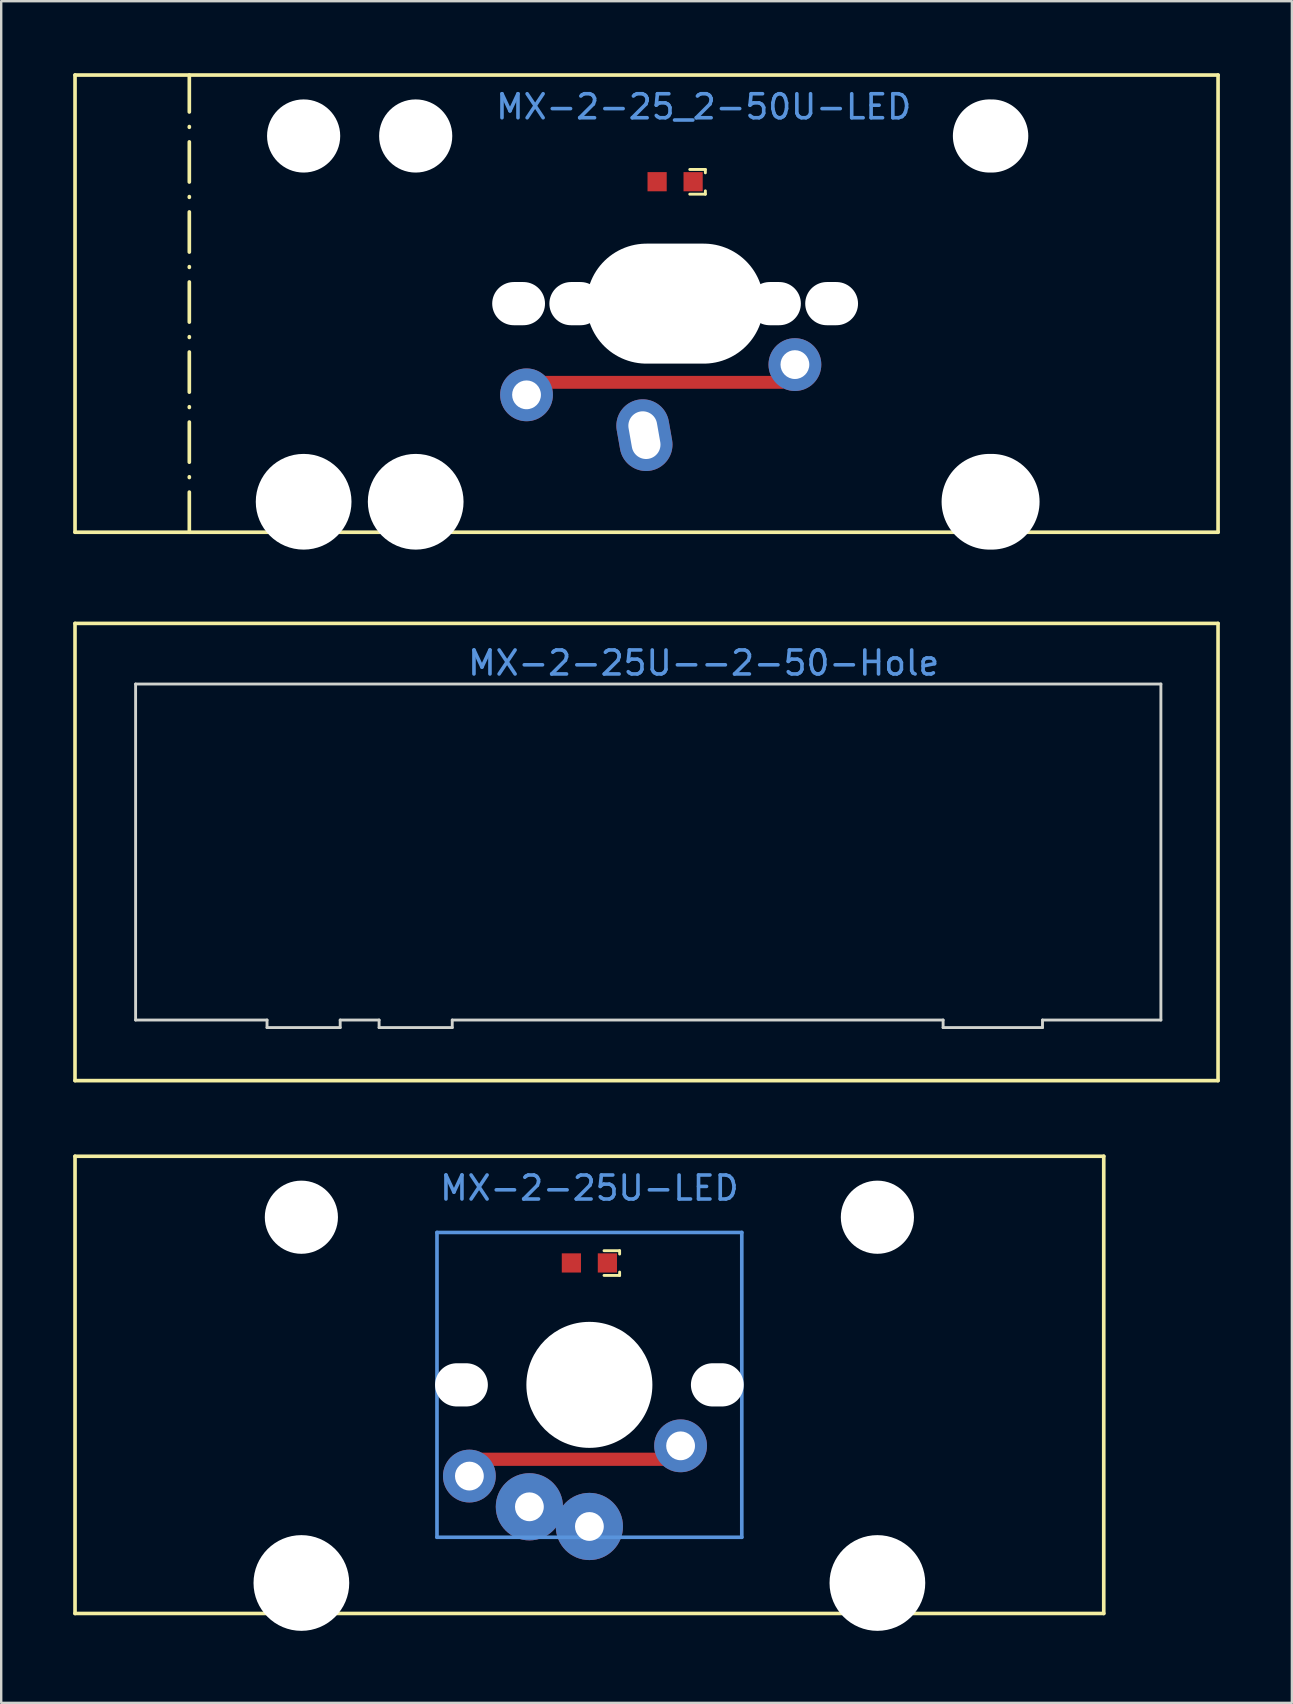
<source format=kicad_pcb>
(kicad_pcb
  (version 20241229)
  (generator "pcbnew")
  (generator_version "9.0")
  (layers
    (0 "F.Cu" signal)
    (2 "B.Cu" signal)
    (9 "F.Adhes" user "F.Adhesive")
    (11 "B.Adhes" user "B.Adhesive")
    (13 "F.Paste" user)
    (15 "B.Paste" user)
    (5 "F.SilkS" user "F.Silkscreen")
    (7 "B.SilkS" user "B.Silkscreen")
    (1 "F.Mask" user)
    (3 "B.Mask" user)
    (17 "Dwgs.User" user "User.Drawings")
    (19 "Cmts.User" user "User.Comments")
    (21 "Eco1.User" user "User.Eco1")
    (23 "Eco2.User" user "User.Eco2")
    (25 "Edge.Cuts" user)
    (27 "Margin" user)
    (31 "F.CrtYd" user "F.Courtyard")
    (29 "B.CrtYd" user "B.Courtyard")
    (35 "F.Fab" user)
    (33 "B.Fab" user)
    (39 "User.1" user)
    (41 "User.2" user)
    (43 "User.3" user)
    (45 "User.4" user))
  (footprint "MX-2-25U-LED"
    (layer "F.Cu")
    (at 21.507 49.571)
    (property "Reference" "MX-2-25U-LED" (at 0 -3.12 0) (layer "Cmts.User") (effects (font (size 1 1) (thickness 0.15))))
    (fp_line (start -21.431 -4.445) (end 21.431 -4.445) (stroke (width 0.152) (type solid)) (layer "F.SilkS"))
    (fp_line (start -21.431 14.605) (end -21.431 -4.445) (stroke (width 0.152) (type solid)) (layer "F.SilkS"))
    (fp_line (start 0.61 -0.51) (end 1.26 -0.51) (stroke (width 0.12) (type solid)) (layer "F.SilkS"))
    (fp_line (start 0.61 0.52) (end 1.26 0.52) (stroke (width 0.12) (type solid)) (layer "F.SilkS"))
    (fp_line (start 1.26 -0.51) (end 1.26 -0.37) (stroke (width 0.12) (type solid)) (layer "F.SilkS"))
    (fp_line (start 1.26 0.52) (end 1.26 0.38) (stroke (width 0.12) (type solid)) (layer "F.SilkS"))
    (fp_line (start 21.431 -4.445) (end 21.431 14.605) (stroke (width 0.152) (type solid)) (layer "F.SilkS"))
    (fp_line (start 21.431 14.605) (end -21.431 14.605) (stroke (width 0.152) (type solid)) (layer "F.SilkS"))
    (fp_line (start -6.35 -1.27) (end 6.35 -1.27) (stroke (width 0.152) (type solid)) (layer "Cmts.User"))
    (fp_line (start -6.35 11.43) (end -6.35 -1.27) (stroke (width 0.152) (type solid)) (layer "Cmts.User"))
    (fp_line (start 6.35 -1.27) (end 6.35 11.43) (stroke (width 0.152) (type solid)) (layer "Cmts.User"))
    (fp_line (start 6.35 11.43) (end -6.35 11.43) (stroke (width 0.152) (type solid)) (layer "Cmts.User"))
    (fp_line (start -7.798 -0.925) (end -6.985 -0.925) (stroke (width 0.152) (type solid)) (layer "Eco2.User"))
    (fp_line (start -7.798 2.576) (end -7.798 -0.925) (stroke (width 0.152) (type solid)) (layer "Eco2.User"))
    (fp_line (start -7.798 7.584) (end -6.985 7.584) (stroke (width 0.152) (type solid)) (layer "Eco2.User"))
    (fp_line (start -7.798 11.085) (end -7.798 7.584) (stroke (width 0.152) (type solid)) (layer "Eco2.User"))
    (fp_line (start -6.985 -1.905) (end 6.985 -1.905) (stroke (width 0.152) (type solid)) (layer "Eco2.User"))
    (fp_line (start -6.985 -0.925) (end -6.985 -1.905) (stroke (width 0.152) (type solid)) (layer "Eco2.User"))
    (fp_line (start -6.985 2.576) (end -7.798 2.576) (stroke (width 0.152) (type solid)) (layer "Eco2.User"))
    (fp_line (start -6.985 7.584) (end -6.985 2.576) (stroke (width 0.152) (type solid)) (layer "Eco2.User"))
    (fp_line (start -6.985 11.085) (end -7.798 11.085) (stroke (width 0.152) (type solid)) (layer "Eco2.User"))
    (fp_line (start -6.985 12.065) (end -6.985 11.085) (stroke (width 0.152) (type solid)) (layer "Eco2.User"))
    (fp_line (start 6.985 -1.905) (end 6.985 -0.925) (stroke (width 0.152) (type solid)) (layer "Eco2.User"))
    (fp_line (start 6.985 -0.925) (end 7.798 -0.925) (stroke (width 0.152) (type solid)) (layer "Eco2.User"))
    (fp_line (start 6.985 2.576) (end 6.985 7.584) (stroke (width 0.152) (type solid)) (layer "Eco2.User"))
    (fp_line (start 6.985 7.584) (end 7.798 7.584) (stroke (width 0.152) (type solid)) (layer "Eco2.User"))
    (fp_line (start 6.985 11.085) (end 6.985 12.065) (stroke (width 0.152) (type solid)) (layer "Eco2.User"))
    (fp_line (start 6.985 12.065) (end -6.985 12.065) (stroke (width 0.152) (type solid)) (layer "Eco2.User"))
    (fp_line (start 7.798 -0.925) (end 7.798 2.576) (stroke (width 0.152) (type solid)) (layer "Eco2.User"))
    (fp_line (start 7.798 2.576) (end 6.985 2.576) (stroke (width 0.152) (type solid)) (layer "Eco2.User"))
    (fp_line (start 7.798 7.584) (end 7.798 11.085) (stroke (width 0.152) (type solid)) (layer "Eco2.User"))
    (fp_line (start 7.798 11.085) (end 6.985 11.085) (stroke (width 0.152) (type solid)) (layer "Eco2.User"))
    (pad "" np_thru_hole circle (at -12 -1.905 180) (size 3.048 3.048) (drill 3.048) (layers "*.Cu" "*.Mask"))
    (pad "" np_thru_hole circle (at -12 13.335 180) (size 3.988 3.988) (drill 3.988) (layers "*.Cu" "*.Mask"))
    (pad "" np_thru_hole oval (at -5.33 5.08 270) (size 1.8 2.2) (drill oval 1.8 2.2) (layers "*.Cu" "*.Mask"))
    (pad "" np_thru_hole circle (at 0 5.08 180) (size 5.25 5.25) (drill 5.25) (layers "*.Cu" "*.Mask"))
    (pad "" np_thru_hole oval (at 5.33 5.08 270) (size 1.8 2.2) (drill oval 1.8 2.2) (layers "*.Cu" "*.Mask"))
    (pad "" np_thru_hole circle (at 12 -1.905 180) (size 3.048 3.048) (drill 3.048) (layers "*.Cu" "*.Mask"))
    (pad "" np_thru_hole circle (at 12 13.335 180) (size 3.988 3.988) (drill 3.988) (layers "*.Cu" "*.Mask"))
    (pad "1" thru_hole circle (at -2.5 10.16) (size 2.8 2.8) (drill oval 1.2) (layers "*.Cu" "*.Mask"))
    (pad "1" thru_hole circle (at 0 10.98 90) (size 2.8 2.8) (drill 1.2) (layers "*.Cu" "*.Mask"))
    (pad "2" thru_hole circle (at -5 8.88 270) (size 2.2 2.2) (drill 1.2) (layers "*.Cu" "*.Mask"))
    (pad "2" smd rect (at -0.67 8.18) (size 7.64 0.55) (layers "F.Cu" "F.Mask" "F.Paste"))
    (pad "2" thru_hole circle (at 3.8 7.62 225) (size 2.2 2.2) (drill 1.2) (layers "*.Cu" "*.Mask"))
    (pad "3" smd rect (at 0.75 0 90) (size 0.8 0.8) (layers "F.Cu" "F.Mask" "F.Paste"))
    (pad "4" smd rect (at -0.75 0 90) (size 0.8 0.8) (layers "F.Cu" "F.Mask" "F.Paste")))
  (footprint "MX-2-25_2-50U-LED"
    (layer "F.Cu")
    (at 25.079 4.521)
    (property "Reference" "MX-2-25_2-50U-LED" (at 1.191 -3.12 0) (layer "Cmts.User") (effects (font (size 1 1) (thickness 0.15))))
    (fp_line (start -25.003 -4.445) (end 22.622 -4.445) (stroke (width 0.152) (type solid)) (layer "F.SilkS"))
    (fp_line (start -25.003 14.605) (end -25.003 -4.445) (stroke (width 0.152) (type solid)) (layer "F.SilkS"))
    (fp_line (start -20.241 14.605) (end -20.241 -4.445) (stroke (width 0.152) (type dash_dot)) (layer "F.SilkS"))
    (fp_line (start 0.61 -0.51) (end 1.26 -0.51) (stroke (width 0.12) (type solid)) (layer "F.SilkS"))
    (fp_line (start 0.61 0.52) (end 1.26 0.52) (stroke (width 0.12) (type solid)) (layer "F.SilkS"))
    (fp_line (start 1.26 -0.51) (end 1.26 -0.37) (stroke (width 0.12) (type solid)) (layer "F.SilkS"))
    (fp_line (start 1.26 0.52) (end 1.26 0.38) (stroke (width 0.12) (type solid)) (layer "F.SilkS"))
    (fp_line (start 22.622 -4.445) (end 22.622 14.605) (stroke (width 0.152) (type solid)) (layer "F.SilkS"))
    (fp_line (start 22.622 14.605) (end -25.003 14.605) (stroke (width 0.152) (type solid)) (layer "F.SilkS"))
    (pad "" np_thru_hole circle (at -15.478 -1.905 180) (size 3.048 3.048) (drill 3.048) (layers "*.Cu" "*.Mask"))
    (pad "" np_thru_hole circle (at -15.478 13.335 180) (size 3.988 3.988) (drill 3.988) (layers "*.Cu" "*.Mask"))
    (pad "" np_thru_hole circle (at -10.809 -1.905 180) (size 3.048 3.048) (drill 3.048) (layers "*.Cu" "*.Mask"))
    (pad "" np_thru_hole circle (at -10.809 13.335 180) (size 3.988 3.988) (drill 3.988) (layers "*.Cu" "*.Mask"))
    (pad "" np_thru_hole oval (at -6.521 5.08 270) (size 1.8 2.2) (drill oval 1.8 2.2) (layers "*.Cu" "*.Mask"))
    (pad "" np_thru_hole oval (at -4.139 5.08 270) (size 1.8 2.2) (drill oval 1.8 2.2) (layers "*.Cu" "*.Mask"))
    (pad "" np_thru_hole oval (at 0 5.08) (size 7.381 5) (drill oval 7.381 5) (layers "*.Cu" "*.Mask"))
    (pad "" np_thru_hole oval (at 4.139 5.08 270) (size 1.8 2.2) (drill oval 1.8 2.2) (layers "*.Cu" "*.Mask"))
    (pad "" np_thru_hole oval (at 6.521 5.08 270) (size 1.8 2.2) (drill oval 1.8 2.2) (layers "*.Cu" "*.Mask"))
    (pad "" np_thru_hole oval (at 13.144 -1.905 180) (size 3.142 3.048) (drill oval 3.142 3.048) (layers "*.Cu" "*.Mask"))
    (pad "" np_thru_hole oval (at 13.144 13.335 180) (size 4.082 3.988) (drill oval 4.082 3.988) (layers "*.Cu" "*.Mask"))
    (pad "1" thru_hole oval (at -1.279 10.56 280) (size 3 2.2) (drill oval 2 1.2) (layers "*.Cu" "*.Mask"))
    (pad "2" thru_hole circle (at -6.191 8.88 270) (size 2.2 2.2) (drill 1.2) (layers "*.Cu" "*.Mask"))
    (pad "2" smd rect (at -0.531 8.359) (size 10.076 0.537) (layers "F.Cu" "F.Mask" "F.Paste"))
    (pad "2" thru_hole circle (at 4.991 7.62 225) (size 2.2 2.2) (drill 1.2) (layers "*.Cu" "*.Mask"))
    (pad "3" smd rect (at 0.75 0 90) (size 0.8 0.8) (layers "F.Cu" "F.Mask" "F.Paste"))
    (pad "4" smd rect (at -0.75 0 90) (size 0.8 0.8) (layers "F.Cu" "F.Mask" "F.Paste")))
  (footprint "MX-2-25U--2-50-Hole"
    (layer "F.Cu")
    (at 26.269 32.45)
    (property "Reference" "MX-2-25U--2-50-Hole" (at 0 -7.874 0) (layer "Cmts.User") (effects (font (size 1 1) (thickness 0.15))))
    (attr through_hole)
    (fp_line (start -26.194 -9.525) (end 21.431 -9.525) (stroke (width 0.15) (type solid)) (layer "F.SilkS"))
    (fp_line (start -26.194 9.525) (end -26.194 -9.525) (stroke (width 0.15) (type solid)) (layer "F.SilkS"))
    (fp_line (start 21.431 -9.525) (end 21.431 9.525) (stroke (width 0.15) (type solid)) (layer "F.SilkS"))
    (fp_line (start 21.431 9.525) (end -26.194 9.525) (stroke (width 0.15) (type solid)) (layer "F.SilkS"))
    (fp_line (start -23.669 -7) (end -23.669 7) (stroke (width 0.12) (type solid)) (layer "Edge.Cuts"))
    (fp_line (start -23.669 -7) (end 19.05 -7) (stroke (width 0.12) (type solid)) (layer "Edge.Cuts"))
    (fp_line (start -23.669 7) (end -18.193 7) (stroke (width 0.12) (type solid)) (layer "Edge.Cuts"))
    (fp_line (start -18.193 7) (end -18.193 7.315) (stroke (width 0.12) (type solid)) (layer "Edge.Cuts"))
    (fp_line (start -15.145 7) (end -15.145 7.315) (stroke (width 0.12) (type solid)) (layer "Edge.Cuts"))
    (fp_line (start -15.145 7) (end -13.524 7) (stroke (width 0.12) (type solid)) (layer "Edge.Cuts"))
    (fp_line (start -15.145 7.315) (end -18.193 7.315) (stroke (width 0.12) (type solid)) (layer "Edge.Cuts"))
    (fp_line (start -13.524 7) (end -13.524 7.315) (stroke (width 0.12) (type solid)) (layer "Edge.Cuts"))
    (fp_line (start -10.476 7) (end -10.476 7.315) (stroke (width 0.12) (type solid)) (layer "Edge.Cuts"))
    (fp_line (start -10.476 7) (end 9.976 7) (stroke (width 0.12) (type solid)) (layer "Edge.Cuts"))
    (fp_line (start -10.476 7.315) (end -13.524 7.315) (stroke (width 0.12) (type solid)) (layer "Edge.Cuts"))
    (fp_line (start 9.976 7) (end 9.976 7.315) (stroke (width 0.12) (type solid)) (layer "Edge.Cuts"))
    (fp_line (start 9.976 7.315) (end 14.117 7.315) (stroke (width 0.12) (type solid)) (layer "Edge.Cuts"))
    (fp_line (start 14.117 7) (end 14.117 7.315) (stroke (width 0.12) (type solid)) (layer "Edge.Cuts"))
    (fp_line (start 14.117 7) (end 19.05 7) (stroke (width 0.12) (type solid)) (layer "Edge.Cuts"))
    (fp_line (start 19.05 -7) (end 19.05 7) (stroke (width 0.12) (type solid)) (layer "Edge.Cuts")))
  (gr_rect
    (start -3 -3)
    (end 50.777 67.9)
    (stroke (width 0.1) (type default))
    (fill no)
    (layer "Edge.Cuts")))
</source>
